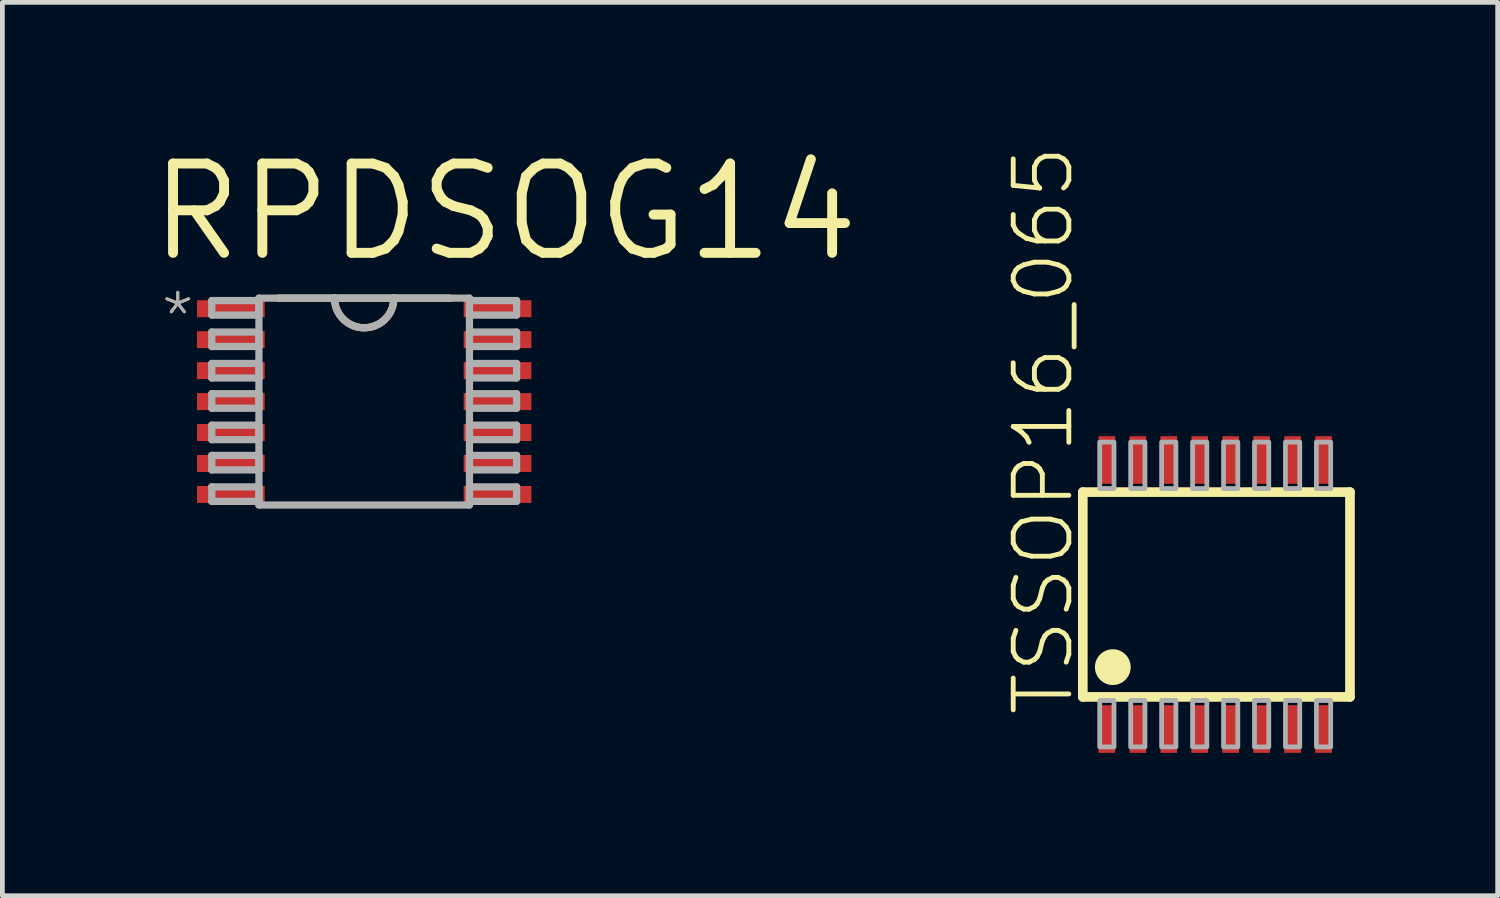
<source format=kicad_pcb>
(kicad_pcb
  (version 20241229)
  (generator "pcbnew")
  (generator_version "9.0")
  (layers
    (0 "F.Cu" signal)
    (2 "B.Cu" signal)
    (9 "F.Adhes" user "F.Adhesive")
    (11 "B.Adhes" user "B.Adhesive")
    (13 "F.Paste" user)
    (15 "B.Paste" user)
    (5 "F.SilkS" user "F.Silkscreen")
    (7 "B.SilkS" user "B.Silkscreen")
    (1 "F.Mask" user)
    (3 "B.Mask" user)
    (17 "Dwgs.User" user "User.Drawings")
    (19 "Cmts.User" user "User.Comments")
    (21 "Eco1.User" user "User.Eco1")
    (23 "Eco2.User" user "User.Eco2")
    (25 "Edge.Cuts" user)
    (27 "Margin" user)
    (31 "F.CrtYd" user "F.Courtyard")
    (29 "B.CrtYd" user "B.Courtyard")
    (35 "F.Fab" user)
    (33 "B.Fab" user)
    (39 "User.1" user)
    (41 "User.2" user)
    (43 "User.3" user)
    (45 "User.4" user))
  (footprint "RPDSOG14"
    (layer "F.Cu")
    (at 4.597 5.382)
    (property "Reference" "RPDSOG14" (at -4.597 -2.883 0) (layer "F.SilkS") (effects (font (size 1.875 1.875) (thickness 0.208)) (justify left bottom)))
    (fp_line (start -0.622 -2.172) (end -1.803 -2.172) (stroke (width 0.152) (type solid)) (layer "F.SilkS"))
    (fp_line (start 0.622 -2.172) (end -0.622 -2.172) (stroke (width 0.152) (type solid)) (layer "F.SilkS"))
    (fp_line (start 1.803 -2.172) (end 0.622 -2.172) (stroke (width 0.152) (type solid)) (layer "F.SilkS"))
    (fp_arc (start 0.6223 -2.1717) (mid 0 -1.5494) (end -0.6223 -2.1717) (stroke (width 0.1524) (type solid)) (layer "F.SilkS"))
    (fp_line (start -3.2 -2.121) (end -3.2 -1.816) (stroke (width 0.152) (type solid)) (layer "F.Fab"))
    (fp_line (start -3.2 -1.816) (end -2.21 -1.816) (stroke (width 0.152) (type solid)) (layer "F.Fab"))
    (fp_line (start -3.2 -1.46) (end -3.2 -1.156) (stroke (width 0.152) (type solid)) (layer "F.Fab"))
    (fp_line (start -3.2 -1.156) (end -2.21 -1.156) (stroke (width 0.152) (type solid)) (layer "F.Fab"))
    (fp_line (start -3.2 -0.8) (end -3.2 -0.495) (stroke (width 0.152) (type solid)) (layer "F.Fab"))
    (fp_line (start -3.2 -0.495) (end -2.21 -0.495) (stroke (width 0.152) (type solid)) (layer "F.Fab"))
    (fp_line (start -3.2 -0.165) (end -3.2 0.14) (stroke (width 0.152) (type solid)) (layer "F.Fab"))
    (fp_line (start -3.2 0.14) (end -2.21 0.14) (stroke (width 0.152) (type solid)) (layer "F.Fab"))
    (fp_line (start -3.2 0.495) (end -3.2 0.8) (stroke (width 0.152) (type solid)) (layer "F.Fab"))
    (fp_line (start -3.2 0.8) (end -2.21 0.8) (stroke (width 0.152) (type solid)) (layer "F.Fab"))
    (fp_line (start -3.2 1.13) (end -3.2 1.435) (stroke (width 0.152) (type solid)) (layer "F.Fab"))
    (fp_line (start -3.2 1.435) (end -2.21 1.435) (stroke (width 0.152) (type solid)) (layer "F.Fab"))
    (fp_line (start -3.2 1.791) (end -3.2 2.095) (stroke (width 0.152) (type solid)) (layer "F.Fab"))
    (fp_line (start -3.2 2.095) (end -2.21 2.095) (stroke (width 0.152) (type solid)) (layer "F.Fab"))
    (fp_line (start -2.21 -2.172) (end -2.21 2.172) (stroke (width 0.152) (type solid)) (layer "F.Fab"))
    (fp_line (start -2.21 -2.121) (end -3.2 -2.121) (stroke (width 0.152) (type solid)) (layer "F.Fab"))
    (fp_line (start -2.21 -1.816) (end -2.21 -2.121) (stroke (width 0.152) (type solid)) (layer "F.Fab"))
    (fp_line (start -2.21 -1.46) (end -3.2 -1.46) (stroke (width 0.152) (type solid)) (layer "F.Fab"))
    (fp_line (start -2.21 -1.156) (end -2.21 -1.46) (stroke (width 0.152) (type solid)) (layer "F.Fab"))
    (fp_line (start -2.21 -0.8) (end -3.2 -0.8) (stroke (width 0.152) (type solid)) (layer "F.Fab"))
    (fp_line (start -2.21 -0.495) (end -2.21 -0.8) (stroke (width 0.152) (type solid)) (layer "F.Fab"))
    (fp_line (start -2.21 -0.165) (end -3.2 -0.165) (stroke (width 0.152) (type solid)) (layer "F.Fab"))
    (fp_line (start -2.21 0.14) (end -2.21 -0.165) (stroke (width 0.152) (type solid)) (layer "F.Fab"))
    (fp_line (start -2.21 0.495) (end -3.2 0.495) (stroke (width 0.152) (type solid)) (layer "F.Fab"))
    (fp_line (start -2.21 0.8) (end -2.21 0.495) (stroke (width 0.152) (type solid)) (layer "F.Fab"))
    (fp_line (start -2.21 1.13) (end -3.2 1.13) (stroke (width 0.152) (type solid)) (layer "F.Fab"))
    (fp_line (start -2.21 1.435) (end -2.21 1.13) (stroke (width 0.152) (type solid)) (layer "F.Fab"))
    (fp_line (start -2.21 1.791) (end -3.2 1.791) (stroke (width 0.152) (type solid)) (layer "F.Fab"))
    (fp_line (start -2.21 2.095) (end -2.21 1.791) (stroke (width 0.152) (type solid)) (layer "F.Fab"))
    (fp_line (start -2.21 2.172) (end 2.21 2.172) (stroke (width 0.152) (type solid)) (layer "F.Fab"))
    (fp_line (start -0.622 -2.172) (end -2.21 -2.172) (stroke (width 0.152) (type solid)) (layer "F.Fab"))
    (fp_line (start 0.622 -2.172) (end -0.622 -2.172) (stroke (width 0.152) (type solid)) (layer "F.Fab"))
    (fp_line (start 2.21 -2.172) (end 0.622 -2.172) (stroke (width 0.152) (type solid)) (layer "F.Fab"))
    (fp_line (start 2.21 -2.121) (end 2.21 -1.816) (stroke (width 0.152) (type solid)) (layer "F.Fab"))
    (fp_line (start 2.21 -1.816) (end 3.2 -1.816) (stroke (width 0.152) (type solid)) (layer "F.Fab"))
    (fp_line (start 2.21 -1.46) (end 2.21 -1.156) (stroke (width 0.152) (type solid)) (layer "F.Fab"))
    (fp_line (start 2.21 -1.156) (end 3.2 -1.156) (stroke (width 0.152) (type solid)) (layer "F.Fab"))
    (fp_line (start 2.21 -0.8) (end 2.21 -0.495) (stroke (width 0.152) (type solid)) (layer "F.Fab"))
    (fp_line (start 2.21 -0.495) (end 3.2 -0.495) (stroke (width 0.152) (type solid)) (layer "F.Fab"))
    (fp_line (start 2.21 -0.165) (end 2.21 0.14) (stroke (width 0.152) (type solid)) (layer "F.Fab"))
    (fp_line (start 2.21 0.14) (end 3.2 0.14) (stroke (width 0.152) (type solid)) (layer "F.Fab"))
    (fp_line (start 2.21 0.495) (end 2.21 0.8) (stroke (width 0.152) (type solid)) (layer "F.Fab"))
    (fp_line (start 2.21 0.8) (end 3.2 0.8) (stroke (width 0.152) (type solid)) (layer "F.Fab"))
    (fp_line (start 2.21 1.13) (end 2.21 1.435) (stroke (width 0.152) (type solid)) (layer "F.Fab"))
    (fp_line (start 2.21 1.435) (end 3.2 1.435) (stroke (width 0.152) (type solid)) (layer "F.Fab"))
    (fp_line (start 2.21 1.791) (end 2.21 2.095) (stroke (width 0.152) (type solid)) (layer "F.Fab"))
    (fp_line (start 2.21 2.095) (end 3.2 2.095) (stroke (width 0.152) (type solid)) (layer "F.Fab"))
    (fp_line (start 2.21 2.172) (end 2.21 -2.172) (stroke (width 0.152) (type solid)) (layer "F.Fab"))
    (fp_line (start 3.2 -2.121) (end 2.21 -2.121) (stroke (width 0.152) (type solid)) (layer "F.Fab"))
    (fp_line (start 3.2 -1.816) (end 3.2 -2.121) (stroke (width 0.152) (type solid)) (layer "F.Fab"))
    (fp_line (start 3.2 -1.46) (end 2.21 -1.46) (stroke (width 0.152) (type solid)) (layer "F.Fab"))
    (fp_line (start 3.2 -1.156) (end 3.2 -1.46) (stroke (width 0.152) (type solid)) (layer "F.Fab"))
    (fp_line (start 3.2 -0.8) (end 2.21 -0.8) (stroke (width 0.152) (type solid)) (layer "F.Fab"))
    (fp_line (start 3.2 -0.495) (end 3.2 -0.8) (stroke (width 0.152) (type solid)) (layer "F.Fab"))
    (fp_line (start 3.2 -0.165) (end 2.21 -0.165) (stroke (width 0.152) (type solid)) (layer "F.Fab"))
    (fp_line (start 3.2 0.14) (end 3.2 -0.165) (stroke (width 0.152) (type solid)) (layer "F.Fab"))
    (fp_line (start 3.2 0.495) (end 2.21 0.495) (stroke (width 0.152) (type solid)) (layer "F.Fab"))
    (fp_line (start 3.2 0.8) (end 3.2 0.495) (stroke (width 0.152) (type solid)) (layer "F.Fab"))
    (fp_line (start 3.2 1.13) (end 2.21 1.13) (stroke (width 0.152) (type solid)) (layer "F.Fab"))
    (fp_line (start 3.2 1.435) (end 3.2 1.13) (stroke (width 0.152) (type solid)) (layer "F.Fab"))
    (fp_line (start 3.2 1.791) (end 2.21 1.791) (stroke (width 0.152) (type solid)) (layer "F.Fab"))
    (fp_line (start 3.2 2.095) (end 3.2 1.791) (stroke (width 0.152) (type solid)) (layer "F.Fab"))
    (fp_arc (start 0.6223 -2.1717) (mid 0 -1.5494) (end -0.6223 -2.1717) (stroke (width 0.1524) (type solid)) (layer "F.Fab"))
    (fp_text user "*" (at -4.318 -1.219 0) (layer "F.SilkS") (effects (font (size 0.955 0.955) (thickness 0.061)) (justify left bottom)))
    (fp_text user "*" (at -4.318 -1.219 0) (layer "F.Fab") (effects (font (size 0.955 0.955) (thickness 0.061)) (justify left bottom)))
    (pad "1" smd rect (at -2.8 -1.95) (size 1.422 0.356) (layers "F.Cu" "F.Mask" "F.Paste"))
    (pad "2" smd rect (at -2.8 -1.3) (size 1.422 0.356) (layers "F.Cu" "F.Mask" "F.Paste"))
    (pad "3" smd rect (at -2.8 -0.65) (size 1.422 0.356) (layers "F.Cu" "F.Mask" "F.Paste"))
    (pad "4" smd rect (at -2.8 0) (size 1.422 0.356) (layers "F.Cu" "F.Mask" "F.Paste"))
    (pad "5" smd rect (at -2.8 0.65) (size 1.422 0.356) (layers "F.Cu" "F.Mask" "F.Paste"))
    (pad "6" smd rect (at -2.8 1.3) (size 1.422 0.356) (layers "F.Cu" "F.Mask" "F.Paste"))
    (pad "7" smd rect (at -2.8 1.95) (size 1.422 0.356) (layers "F.Cu" "F.Mask" "F.Paste"))
    (pad "8" smd rect (at 2.8 1.95) (size 1.422 0.356) (layers "F.Cu" "F.Mask" "F.Paste"))
    (pad "9" smd rect (at 2.8 1.3) (size 1.422 0.356) (layers "F.Cu" "F.Mask" "F.Paste"))
    (pad "10" smd rect (at 2.8 0.65) (size 1.422 0.356) (layers "F.Cu" "F.Mask" "F.Paste"))
    (pad "11" smd rect (at 2.8 0) (size 1.422 0.356) (layers "F.Cu" "F.Mask" "F.Paste"))
    (pad "12" smd rect (at 2.8 -0.65) (size 1.422 0.356) (layers "F.Cu" "F.Mask" "F.Paste"))
    (pad "13" smd rect (at 2.8 -1.3) (size 1.422 0.356) (layers "F.Cu" "F.Mask" "F.Paste"))
    (pad "14" smd rect (at 2.8 -1.95) (size 1.422 0.356) (layers "F.Cu" "F.Mask" "F.Paste")))
  (footprint "TSSOP16_065"
    (layer "F.Cu")
    (at 22.141 9.433)
    (property "Reference" "TSSOP16_065" (at -2.6 2.6 90) (layer "F.SilkS") (effects (font (size 1.168 1.168) (thickness 0.102)) (justify left bottom)))
    (fp_line (start -2.455 -2.15) (end 3.155 -2.15) (stroke (width 0.203) (type solid)) (layer "F.SilkS"))
    (fp_line (start -2.455 2.15) (end -2.455 -2.15) (stroke (width 0.203) (type solid)) (layer "F.SilkS"))
    (fp_line (start 3.155 -2.15) (end 3.155 2.15) (stroke (width 0.203) (type solid)) (layer "F.SilkS"))
    (fp_line (start 3.155 2.15) (end -2.455 2.15) (stroke (width 0.203) (type solid)) (layer "F.SilkS"))
    (fp_circle (center -1.825 1.525) (end -1.637 1.525) (stroke (width 0.375) (type solid)) (fill yes) (layer "F.SilkS"))
    (fp_poly (pts (xy -2.1 3.2) (xy -1.8 3.2) (xy -1.8 2.225) (xy -2.1 2.225)) (stroke (width 0.1) (type solid)) (fill no) (layer "F.Fab"))
    (fp_poly (pts (xy -1.8 -3.2) (xy -2.1 -3.2) (xy -2.1 -2.225) (xy -1.8 -2.225)) (stroke (width 0.1) (type solid)) (fill no) (layer "F.Fab"))
    (fp_poly (pts (xy -1.45 3.2) (xy -1.15 3.2) (xy -1.15 2.225) (xy -1.45 2.225)) (stroke (width 0.1) (type solid)) (fill no) (layer "F.Fab"))
    (fp_poly (pts (xy -1.15 -3.2) (xy -1.45 -3.2) (xy -1.45 -2.225) (xy -1.15 -2.225)) (stroke (width 0.1) (type solid)) (fill no) (layer "F.Fab"))
    (fp_poly (pts (xy -0.8 3.2) (xy -0.5 3.2) (xy -0.5 2.225) (xy -0.8 2.225)) (stroke (width 0.1) (type solid)) (fill no) (layer "F.Fab"))
    (fp_poly (pts (xy -0.5 -3.2) (xy -0.8 -3.2) (xy -0.8 -2.225) (xy -0.5 -2.225)) (stroke (width 0.1) (type solid)) (fill no) (layer "F.Fab"))
    (fp_poly (pts (xy -0.15 3.2) (xy 0.15 3.2) (xy 0.15 2.225) (xy -0.15 2.225)) (stroke (width 0.1) (type solid)) (fill no) (layer "F.Fab"))
    (fp_poly (pts (xy 0.15 -3.2) (xy -0.15 -3.2) (xy -0.15 -2.225) (xy 0.15 -2.225)) (stroke (width 0.1) (type solid)) (fill no) (layer "F.Fab"))
    (fp_poly (pts (xy 0.5 3.2) (xy 0.8 3.2) (xy 0.8 2.225) (xy 0.5 2.225)) (stroke (width 0.1) (type solid)) (fill no) (layer "F.Fab"))
    (fp_poly (pts (xy 0.8 -3.2) (xy 0.5 -3.2) (xy 0.5 -2.225) (xy 0.8 -2.225)) (stroke (width 0.1) (type solid)) (fill no) (layer "F.Fab"))
    (fp_poly (pts (xy 1.15 3.2) (xy 1.45 3.2) (xy 1.45 2.225) (xy 1.15 2.225)) (stroke (width 0.1) (type solid)) (fill no) (layer "F.Fab"))
    (fp_poly (pts (xy 1.45 -3.2) (xy 1.15 -3.2) (xy 1.15 -2.225) (xy 1.45 -2.225)) (stroke (width 0.1) (type solid)) (fill no) (layer "F.Fab"))
    (fp_poly (pts (xy 1.8 3.2) (xy 2.1 3.2) (xy 2.1 2.225) (xy 1.8 2.225)) (stroke (width 0.1) (type solid)) (fill no) (layer "F.Fab"))
    (fp_poly (pts (xy 2.1 -3.2) (xy 1.8 -3.2) (xy 1.8 -2.225) (xy 2.1 -2.225)) (stroke (width 0.1) (type solid)) (fill no) (layer "F.Fab"))
    (fp_poly (pts (xy 2.45 3.2) (xy 2.75 3.2) (xy 2.75 2.225) (xy 2.45 2.225)) (stroke (width 0.1) (type solid)) (fill no) (layer "F.Fab"))
    (fp_poly (pts (xy 2.75 -3.2) (xy 2.45 -3.2) (xy 2.45 -2.225) (xy 2.75 -2.225)) (stroke (width 0.1) (type solid)) (fill no) (layer "F.Fab"))
    (pad "1" smd rect (at -1.95 2.825) (size 0.35 1) (layers "F.Cu" "F.Mask" "F.Paste"))
    (pad "2" smd rect (at -1.3 2.825) (size 0.35 1) (layers "F.Cu" "F.Mask" "F.Paste"))
    (pad "3" smd rect (at -0.65 2.825) (size 0.35 1) (layers "F.Cu" "F.Mask" "F.Paste"))
    (pad "4" smd rect (at 0 2.825) (size 0.35 1) (layers "F.Cu" "F.Mask" "F.Paste"))
    (pad "5" smd rect (at 0.65 2.825) (size 0.35 1) (layers "F.Cu" "F.Mask" "F.Paste"))
    (pad "6" smd rect (at 1.3 2.825) (size 0.35 1) (layers "F.Cu" "F.Mask" "F.Paste"))
    (pad "7" smd rect (at 1.95 2.825) (size 0.35 1) (layers "F.Cu" "F.Mask" "F.Paste"))
    (pad "8" smd rect (at 2.6 2.825) (size 0.35 1) (layers "F.Cu" "F.Mask" "F.Paste"))
    (pad "9" smd rect (at 2.6 -2.825 180) (size 0.35 1) (layers "F.Cu" "F.Mask" "F.Paste"))
    (pad "10" smd rect (at 1.95 -2.825 180) (size 0.35 1) (layers "F.Cu" "F.Mask" "F.Paste"))
    (pad "11" smd rect (at 1.3 -2.825 180) (size 0.35 1) (layers "F.Cu" "F.Mask" "F.Paste"))
    (pad "12" smd rect (at 0.65 -2.825 180) (size 0.35 1) (layers "F.Cu" "F.Mask" "F.Paste"))
    (pad "13" smd rect (at 0 -2.825 180) (size 0.35 1) (layers "F.Cu" "F.Mask" "F.Paste"))
    (pad "14" smd rect (at -0.65 -2.825 180) (size 0.35 1) (layers "F.Cu" "F.Mask" "F.Paste"))
    (pad "15" smd rect (at -1.3 -2.825 180) (size 0.35 1) (layers "F.Cu" "F.Mask" "F.Paste"))
    (pad "16" smd rect (at -1.95 -2.825 180) (size 0.35 1) (layers "F.Cu" "F.Mask" "F.Paste")))
  (gr_rect
    (start -3 -3)
    (end 28.397 15.758)
    (stroke (width 0.1) (type default))
    (fill no)
    (layer "Edge.Cuts")))
</source>
